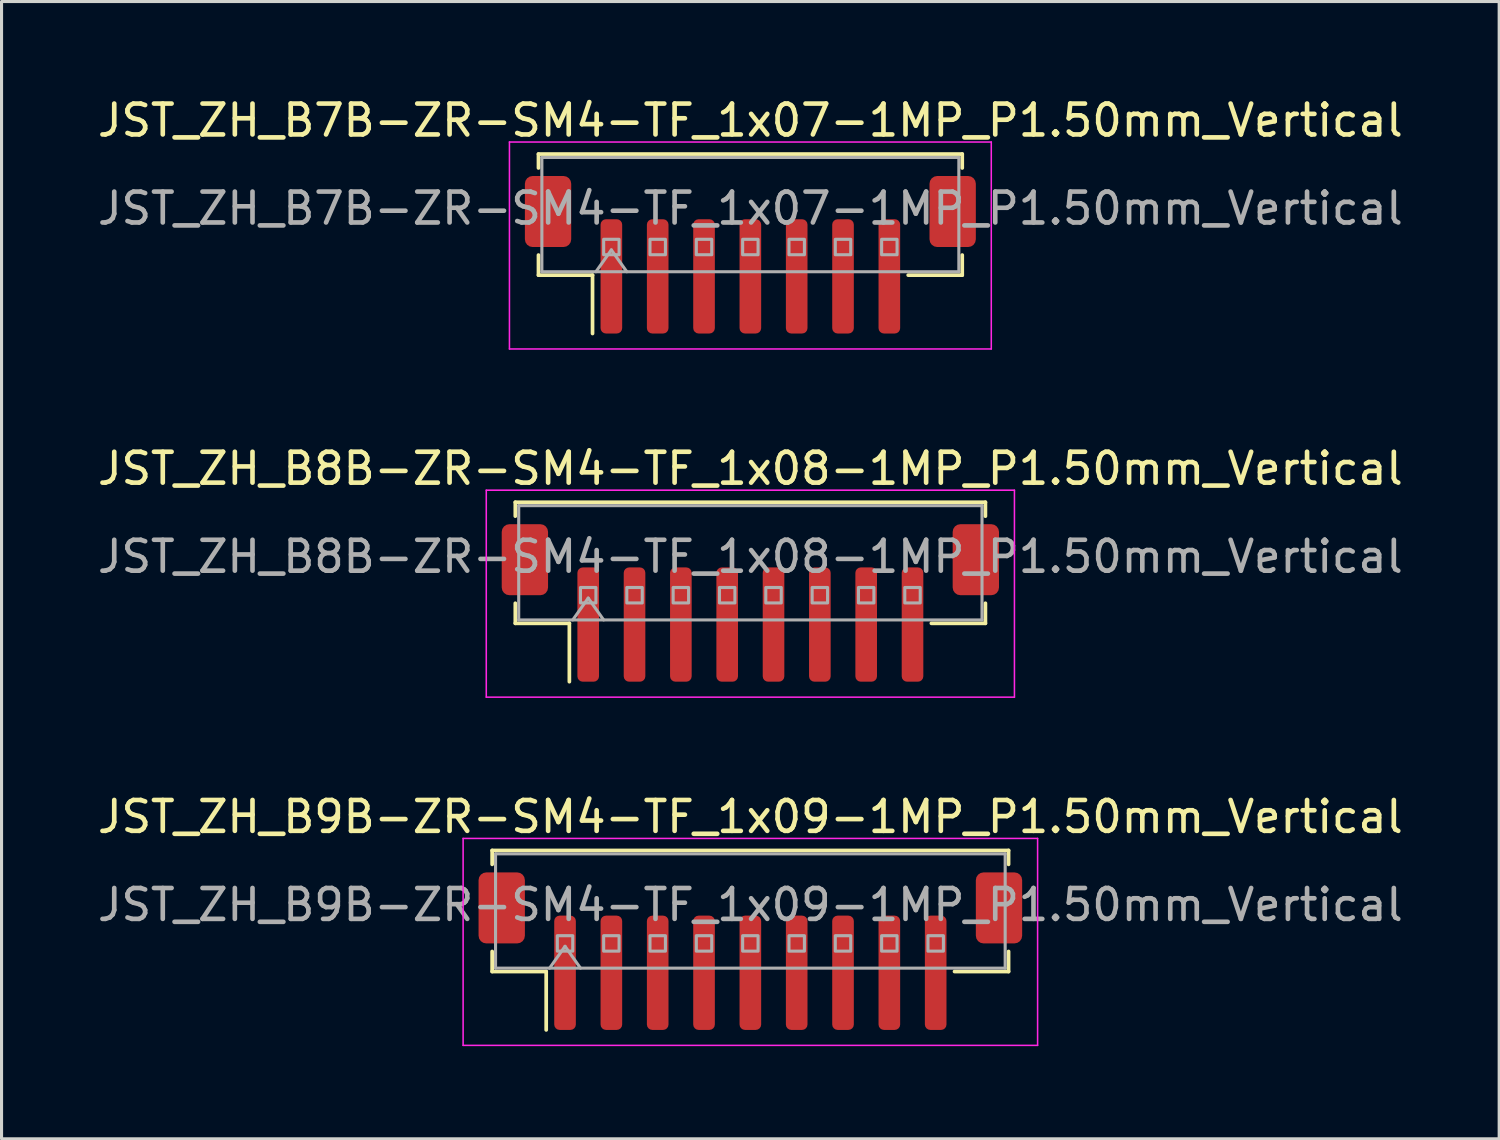
<source format=kicad_pcb>
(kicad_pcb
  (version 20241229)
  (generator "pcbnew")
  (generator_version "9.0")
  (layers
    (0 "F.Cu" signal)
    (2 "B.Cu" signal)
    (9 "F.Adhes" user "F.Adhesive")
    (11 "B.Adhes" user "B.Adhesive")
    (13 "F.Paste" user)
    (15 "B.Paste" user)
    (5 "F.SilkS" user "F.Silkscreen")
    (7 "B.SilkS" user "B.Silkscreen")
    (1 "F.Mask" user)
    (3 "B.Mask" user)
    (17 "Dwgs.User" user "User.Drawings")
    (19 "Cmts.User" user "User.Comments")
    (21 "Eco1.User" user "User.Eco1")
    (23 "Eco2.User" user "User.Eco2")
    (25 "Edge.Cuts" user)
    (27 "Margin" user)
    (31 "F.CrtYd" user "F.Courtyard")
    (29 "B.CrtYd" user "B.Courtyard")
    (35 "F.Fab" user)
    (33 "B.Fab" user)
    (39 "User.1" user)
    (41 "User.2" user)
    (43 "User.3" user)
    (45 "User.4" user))
  (footprint "JST_ZH_B9B-ZR-SM4-TF_1x09-1MP_P1.50mm_Vertical"
    (layer "F.Cu")
    (at 21.244 27.745)
    (property "Reference" "JST_ZH_B9B-ZR-SM4-TF_1x09-1MP_P1.50mm_Vertical" (at 0 -4.35 0) (layer "F.SilkS") (effects (font (size 1 1) (thickness 0.15))))
    (attr smd)
    (fp_line (start -8.36 -3.26) (end 8.36 -3.26) (stroke (width 0.12) (type solid)) (layer "F.SilkS"))
    (fp_line (start -8.36 -2.81) (end -8.36 -3.26) (stroke (width 0.12) (type solid)) (layer "F.SilkS"))
    (fp_line (start -8.36 0.01) (end -8.36 0.66) (stroke (width 0.12) (type solid)) (layer "F.SilkS"))
    (fp_line (start -8.36 0.66) (end -6.61 0.66) (stroke (width 0.12) (type solid)) (layer "F.SilkS"))
    (fp_line (start -6.61 0.66) (end -6.61 2.55) (stroke (width 0.12) (type solid)) (layer "F.SilkS"))
    (fp_line (start 8.36 -3.26) (end 8.36 -2.81) (stroke (width 0.12) (type solid)) (layer "F.SilkS"))
    (fp_line (start 8.36 0.01) (end 8.36 0.66) (stroke (width 0.12) (type solid)) (layer "F.SilkS"))
    (fp_line (start 8.36 0.66) (end 6.61 0.66) (stroke (width 0.12) (type solid)) (layer "F.SilkS"))
    (fp_line (start -9.3 -3.65) (end -9.3 3.05) (stroke (width 0.05) (type solid)) (layer "F.CrtYd"))
    (fp_line (start -9.3 3.05) (end 9.3 3.05) (stroke (width 0.05) (type solid)) (layer "F.CrtYd"))
    (fp_line (start 9.3 -3.65) (end -9.3 -3.65) (stroke (width 0.05) (type solid)) (layer "F.CrtYd"))
    (fp_line (start 9.3 3.05) (end 9.3 -3.65) (stroke (width 0.05) (type solid)) (layer "F.CrtYd"))
    (fp_line (start -8.25 -3.15) (end 8.25 -3.15) (stroke (width 0.1) (type solid)) (layer "F.Fab"))
    (fp_line (start -8.25 0.55) (end -8.25 -3.15) (stroke (width 0.1) (type solid)) (layer "F.Fab"))
    (fp_line (start -8.25 0.55) (end 8.25 0.55) (stroke (width 0.1) (type solid)) (layer "F.Fab"))
    (fp_line (start -6.5 0.55) (end -6 -0.157) (stroke (width 0.1) (type solid)) (layer "F.Fab"))
    (fp_line (start -6 -0.157) (end -5.5 0.55) (stroke (width 0.1) (type solid)) (layer "F.Fab"))
    (fp_line (start 8.25 0.55) (end 8.25 -3.15) (stroke (width 0.1) (type solid)) (layer "F.Fab"))
    (fp_rect (start -6.25 -0.5) (end -5.75 0) (stroke (width 0.1) (type solid)) (fill no) (layer "F.Fab"))
    (fp_rect (start -4.75 -0.5) (end -4.25 0) (stroke (width 0.1) (type solid)) (fill no) (layer "F.Fab"))
    (fp_rect (start -3.25 -0.5) (end -2.75 0) (stroke (width 0.1) (type solid)) (fill no) (layer "F.Fab"))
    (fp_rect (start -1.75 -0.5) (end -1.25 0) (stroke (width 0.1) (type solid)) (fill no) (layer "F.Fab"))
    (fp_rect (start -0.25 -0.5) (end 0.25 0) (stroke (width 0.1) (type solid)) (fill no) (layer "F.Fab"))
    (fp_rect (start 1.25 -0.5) (end 1.75 0) (stroke (width 0.1) (type solid)) (fill no) (layer "F.Fab"))
    (fp_rect (start 2.75 -0.5) (end 3.25 0) (stroke (width 0.1) (type solid)) (fill no) (layer "F.Fab"))
    (fp_rect (start 4.25 -0.5) (end 4.75 0) (stroke (width 0.1) (type solid)) (fill no) (layer "F.Fab"))
    (fp_rect (start 5.75 -0.5) (end 6.25 0) (stroke (width 0.1) (type solid)) (fill no) (layer "F.Fab"))
    (fp_text user "${REFERENCE}" (at 0 -1.5 0) (layer "F.Fab") (effects (font (size 1 1) (thickness 0.15))))
    (pad "1" smd roundrect (at -6 0.7) (size 0.7 3.7) (layers "F.Cu" "F.Mask" "F.Paste") (roundrect_rratio 0.25))
    (pad "2" smd roundrect (at -4.5 0.7) (size 0.7 3.7) (layers "F.Cu" "F.Mask" "F.Paste") (roundrect_rratio 0.25))
    (pad "3" smd roundrect (at -3 0.7) (size 0.7 3.7) (layers "F.Cu" "F.Mask" "F.Paste") (roundrect_rratio 0.25))
    (pad "4" smd roundrect (at -1.5 0.7) (size 0.7 3.7) (layers "F.Cu" "F.Mask" "F.Paste") (roundrect_rratio 0.25))
    (pad "5" smd roundrect (at 0 0.7) (size 0.7 3.7) (layers "F.Cu" "F.Mask" "F.Paste") (roundrect_rratio 0.25))
    (pad "6" smd roundrect (at 1.5 0.7) (size 0.7 3.7) (layers "F.Cu" "F.Mask" "F.Paste") (roundrect_rratio 0.25))
    (pad "7" smd roundrect (at 3 0.7) (size 0.7 3.7) (layers "F.Cu" "F.Mask" "F.Paste") (roundrect_rratio 0.25))
    (pad "8" smd roundrect (at 4.5 0.7) (size 0.7 3.7) (layers "F.Cu" "F.Mask" "F.Paste") (roundrect_rratio 0.25))
    (pad "9" smd roundrect (at 6 0.7) (size 0.7 3.7) (layers "F.Cu" "F.Mask" "F.Paste") (roundrect_rratio 0.25))
    (pad "MP" smd roundrect (at -8.05 -1.4) (size 1.5 2.3) (layers "F.Cu" "F.Mask" "F.Paste") (roundrect_rratio 0.167))
    (pad "MP" smd roundrect (at 8.05 -1.4) (size 1.5 2.3) (layers "F.Cu" "F.Mask" "F.Paste") (roundrect_rratio 0.167)))
  (footprint "JST_ZH_B8B-ZR-SM4-TF_1x08-1MP_P1.50mm_Vertical"
    (layer "F.Cu")
    (at 21.244 16.471)
    (property "Reference" "JST_ZH_B8B-ZR-SM4-TF_1x08-1MP_P1.50mm_Vertical" (at 0 -4.35 0) (layer "F.SilkS") (effects (font (size 1 1) (thickness 0.15))))
    (attr smd)
    (fp_line (start -7.61 -3.26) (end 7.61 -3.26) (stroke (width 0.12) (type solid)) (layer "F.SilkS"))
    (fp_line (start -7.61 -2.81) (end -7.61 -3.26) (stroke (width 0.12) (type solid)) (layer "F.SilkS"))
    (fp_line (start -7.61 0.01) (end -7.61 0.66) (stroke (width 0.12) (type solid)) (layer "F.SilkS"))
    (fp_line (start -7.61 0.66) (end -5.86 0.66) (stroke (width 0.12) (type solid)) (layer "F.SilkS"))
    (fp_line (start -5.86 0.66) (end -5.86 2.55) (stroke (width 0.12) (type solid)) (layer "F.SilkS"))
    (fp_line (start 7.61 -3.26) (end 7.61 -2.81) (stroke (width 0.12) (type solid)) (layer "F.SilkS"))
    (fp_line (start 7.61 0.01) (end 7.61 0.66) (stroke (width 0.12) (type solid)) (layer "F.SilkS"))
    (fp_line (start 7.61 0.66) (end 5.86 0.66) (stroke (width 0.12) (type solid)) (layer "F.SilkS"))
    (fp_line (start -8.55 -3.65) (end -8.55 3.05) (stroke (width 0.05) (type solid)) (layer "F.CrtYd"))
    (fp_line (start -8.55 3.05) (end 8.55 3.05) (stroke (width 0.05) (type solid)) (layer "F.CrtYd"))
    (fp_line (start 8.55 -3.65) (end -8.55 -3.65) (stroke (width 0.05) (type solid)) (layer "F.CrtYd"))
    (fp_line (start 8.55 3.05) (end 8.55 -3.65) (stroke (width 0.05) (type solid)) (layer "F.CrtYd"))
    (fp_line (start -7.5 -3.15) (end 7.5 -3.15) (stroke (width 0.1) (type solid)) (layer "F.Fab"))
    (fp_line (start -7.5 0.55) (end -7.5 -3.15) (stroke (width 0.1) (type solid)) (layer "F.Fab"))
    (fp_line (start -7.5 0.55) (end 7.5 0.55) (stroke (width 0.1) (type solid)) (layer "F.Fab"))
    (fp_line (start -5.75 0.55) (end -5.25 -0.157) (stroke (width 0.1) (type solid)) (layer "F.Fab"))
    (fp_line (start -5.25 -0.157) (end -4.75 0.55) (stroke (width 0.1) (type solid)) (layer "F.Fab"))
    (fp_line (start 7.5 0.55) (end 7.5 -3.15) (stroke (width 0.1) (type solid)) (layer "F.Fab"))
    (fp_rect (start -5.5 -0.5) (end -5 0) (stroke (width 0.1) (type solid)) (fill no) (layer "F.Fab"))
    (fp_rect (start -4 -0.5) (end -3.5 0) (stroke (width 0.1) (type solid)) (fill no) (layer "F.Fab"))
    (fp_rect (start -2.5 -0.5) (end -2 0) (stroke (width 0.1) (type solid)) (fill no) (layer "F.Fab"))
    (fp_rect (start -1 -0.5) (end -0.5 0) (stroke (width 0.1) (type solid)) (fill no) (layer "F.Fab"))
    (fp_rect (start 0.5 -0.5) (end 1 0) (stroke (width 0.1) (type solid)) (fill no) (layer "F.Fab"))
    (fp_rect (start 2 -0.5) (end 2.5 0) (stroke (width 0.1) (type solid)) (fill no) (layer "F.Fab"))
    (fp_rect (start 3.5 -0.5) (end 4 0) (stroke (width 0.1) (type solid)) (fill no) (layer "F.Fab"))
    (fp_rect (start 5 -0.5) (end 5.5 0) (stroke (width 0.1) (type solid)) (fill no) (layer "F.Fab"))
    (fp_text user "${REFERENCE}" (at 0 -1.5 0) (layer "F.Fab") (effects (font (size 1 1) (thickness 0.15))))
    (pad "1" smd roundrect (at -5.25 0.7) (size 0.7 3.7) (layers "F.Cu" "F.Mask" "F.Paste") (roundrect_rratio 0.25))
    (pad "2" smd roundrect (at -3.75 0.7) (size 0.7 3.7) (layers "F.Cu" "F.Mask" "F.Paste") (roundrect_rratio 0.25))
    (pad "3" smd roundrect (at -2.25 0.7) (size 0.7 3.7) (layers "F.Cu" "F.Mask" "F.Paste") (roundrect_rratio 0.25))
    (pad "4" smd roundrect (at -0.75 0.7) (size 0.7 3.7) (layers "F.Cu" "F.Mask" "F.Paste") (roundrect_rratio 0.25))
    (pad "5" smd roundrect (at 0.75 0.7) (size 0.7 3.7) (layers "F.Cu" "F.Mask" "F.Paste") (roundrect_rratio 0.25))
    (pad "6" smd roundrect (at 2.25 0.7) (size 0.7 3.7) (layers "F.Cu" "F.Mask" "F.Paste") (roundrect_rratio 0.25))
    (pad "7" smd roundrect (at 3.75 0.7) (size 0.7 3.7) (layers "F.Cu" "F.Mask" "F.Paste") (roundrect_rratio 0.25))
    (pad "8" smd roundrect (at 5.25 0.7) (size 0.7 3.7) (layers "F.Cu" "F.Mask" "F.Paste") (roundrect_rratio 0.25))
    (pad "MP" smd roundrect (at -7.3 -1.4) (size 1.5 2.3) (layers "F.Cu" "F.Mask" "F.Paste") (roundrect_rratio 0.167))
    (pad "MP" smd roundrect (at 7.3 -1.4) (size 1.5 2.3) (layers "F.Cu" "F.Mask" "F.Paste") (roundrect_rratio 0.167)))
  (footprint "JST_ZH_B7B-ZR-SM4-TF_1x07-1MP_P1.50mm_Vertical"
    (layer "F.Cu")
    (at 21.244 5.198)
    (property "Reference" "JST_ZH_B7B-ZR-SM4-TF_1x07-1MP_P1.50mm_Vertical" (at 0 -4.35 0) (layer "F.SilkS") (effects (font (size 1 1) (thickness 0.15))))
    (attr smd)
    (fp_line (start -6.86 -3.26) (end 6.86 -3.26) (stroke (width 0.12) (type solid)) (layer "F.SilkS"))
    (fp_line (start -6.86 -2.81) (end -6.86 -3.26) (stroke (width 0.12) (type solid)) (layer "F.SilkS"))
    (fp_line (start -6.86 0.01) (end -6.86 0.66) (stroke (width 0.12) (type solid)) (layer "F.SilkS"))
    (fp_line (start -6.86 0.66) (end -5.11 0.66) (stroke (width 0.12) (type solid)) (layer "F.SilkS"))
    (fp_line (start -5.11 0.66) (end -5.11 2.55) (stroke (width 0.12) (type solid)) (layer "F.SilkS"))
    (fp_line (start 6.86 -3.26) (end 6.86 -2.81) (stroke (width 0.12) (type solid)) (layer "F.SilkS"))
    (fp_line (start 6.86 0.01) (end 6.86 0.66) (stroke (width 0.12) (type solid)) (layer "F.SilkS"))
    (fp_line (start 6.86 0.66) (end 5.11 0.66) (stroke (width 0.12) (type solid)) (layer "F.SilkS"))
    (fp_line (start -7.8 -3.65) (end -7.8 3.05) (stroke (width 0.05) (type solid)) (layer "F.CrtYd"))
    (fp_line (start -7.8 3.05) (end 7.8 3.05) (stroke (width 0.05) (type solid)) (layer "F.CrtYd"))
    (fp_line (start 7.8 -3.65) (end -7.8 -3.65) (stroke (width 0.05) (type solid)) (layer "F.CrtYd"))
    (fp_line (start 7.8 3.05) (end 7.8 -3.65) (stroke (width 0.05) (type solid)) (layer "F.CrtYd"))
    (fp_line (start -6.75 -3.15) (end 6.75 -3.15) (stroke (width 0.1) (type solid)) (layer "F.Fab"))
    (fp_line (start -6.75 0.55) (end -6.75 -3.15) (stroke (width 0.1) (type solid)) (layer "F.Fab"))
    (fp_line (start -6.75 0.55) (end 6.75 0.55) (stroke (width 0.1) (type solid)) (layer "F.Fab"))
    (fp_line (start -5 0.55) (end -4.5 -0.157) (stroke (width 0.1) (type solid)) (layer "F.Fab"))
    (fp_line (start -4.5 -0.157) (end -4 0.55) (stroke (width 0.1) (type solid)) (layer "F.Fab"))
    (fp_line (start 6.75 0.55) (end 6.75 -3.15) (stroke (width 0.1) (type solid)) (layer "F.Fab"))
    (fp_rect (start -4.75 -0.5) (end -4.25 0) (stroke (width 0.1) (type solid)) (fill no) (layer "F.Fab"))
    (fp_rect (start -3.25 -0.5) (end -2.75 0) (stroke (width 0.1) (type solid)) (fill no) (layer "F.Fab"))
    (fp_rect (start -1.75 -0.5) (end -1.25 0) (stroke (width 0.1) (type solid)) (fill no) (layer "F.Fab"))
    (fp_rect (start -0.25 -0.5) (end 0.25 0) (stroke (width 0.1) (type solid)) (fill no) (layer "F.Fab"))
    (fp_rect (start 1.25 -0.5) (end 1.75 0) (stroke (width 0.1) (type solid)) (fill no) (layer "F.Fab"))
    (fp_rect (start 2.75 -0.5) (end 3.25 0) (stroke (width 0.1) (type solid)) (fill no) (layer "F.Fab"))
    (fp_rect (start 4.25 -0.5) (end 4.75 0) (stroke (width 0.1) (type solid)) (fill no) (layer "F.Fab"))
    (fp_text user "${REFERENCE}" (at 0 -1.5 0) (layer "F.Fab") (effects (font (size 1 1) (thickness 0.15))))
    (pad "1" smd roundrect (at -4.5 0.7) (size 0.7 3.7) (layers "F.Cu" "F.Mask" "F.Paste") (roundrect_rratio 0.25))
    (pad "2" smd roundrect (at -3 0.7) (size 0.7 3.7) (layers "F.Cu" "F.Mask" "F.Paste") (roundrect_rratio 0.25))
    (pad "3" smd roundrect (at -1.5 0.7) (size 0.7 3.7) (layers "F.Cu" "F.Mask" "F.Paste") (roundrect_rratio 0.25))
    (pad "4" smd roundrect (at 0 0.7) (size 0.7 3.7) (layers "F.Cu" "F.Mask" "F.Paste") (roundrect_rratio 0.25))
    (pad "5" smd roundrect (at 1.5 0.7) (size 0.7 3.7) (layers "F.Cu" "F.Mask" "F.Paste") (roundrect_rratio 0.25))
    (pad "6" smd roundrect (at 3 0.7) (size 0.7 3.7) (layers "F.Cu" "F.Mask" "F.Paste") (roundrect_rratio 0.25))
    (pad "7" smd roundrect (at 4.5 0.7) (size 0.7 3.7) (layers "F.Cu" "F.Mask" "F.Paste") (roundrect_rratio 0.25))
    (pad "MP" smd roundrect (at -6.55 -1.4) (size 1.5 2.3) (layers "F.Cu" "F.Mask" "F.Paste") (roundrect_rratio 0.167))
    (pad "MP" smd roundrect (at 6.55 -1.4) (size 1.5 2.3) (layers "F.Cu" "F.Mask" "F.Paste") (roundrect_rratio 0.167)))
  (gr_rect
    (start -3 -3)
    (end 45.488 33.82)
    (stroke (width 0.1) (type default))
    (fill no)
    (layer "Edge.Cuts")))
</source>
